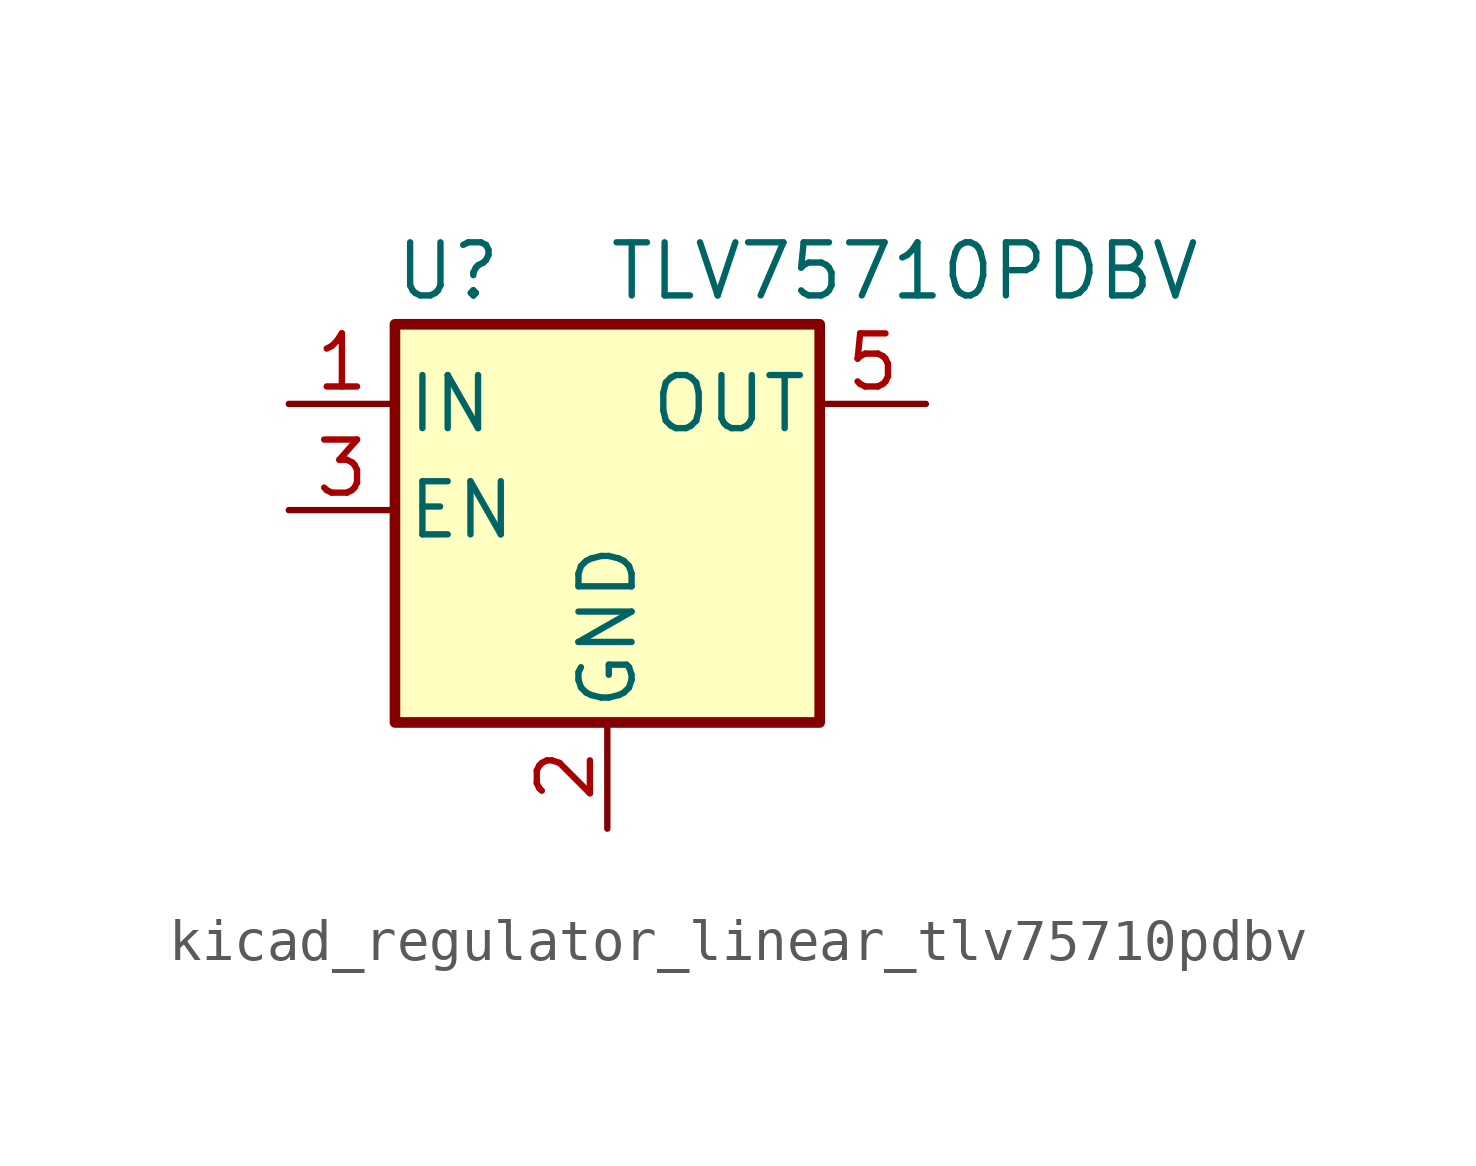
<source format=kicad_sym>
(kicad_symbol_lib
  (version 20220914)
  (generator kicad_symbol_editor)
  (symbol "kicad_regulator_linear_tlv75710pdbv"
    (pin_names
      (offset 0.254))
    (property "Reference" "U"
      (at -3.81 5.715 0)
      (effects (font (size 1.27 1.27))))
    (property "Value" "TLV75710PDBV"
      (at 0 5.715 0)
      (effects (font (size 1.27 1.27)) (justify left)))
    (symbol "kicad_regulator_linear_tlv75710pdbv_0_1"
      (rectangle (start -5.08 4.445) (end 5.08 -5.08) (stroke (width 0.254) (type default)) (fill (type background))))
    (symbol "kicad_regulator_linear_tlv75710pdbv_1_1"
      (pin power_in line (at -7.62 2.54 0) (length 2.54) (name "IN" (effects (font (size 1.27 1.27)))) (number "1" (effects (font (size 1.27 1.27)))))
      (pin power_in line (at 0 -7.62 90) (length 2.54) (name "GND" (effects (font (size 1.27 1.27)))) (number "2" (effects (font (size 1.27 1.27)))))
      (pin input line (at -7.62 0 0) (length 2.54) (name "EN" (effects (font (size 1.27 1.27)))) (number "3" (effects (font (size 1.27 1.27)))))
      (pin no_connect line (at 5.08 0 180) (length 2.54) hide (name "NC" (effects (font (size 1.27 1.27)))) (number "4" (effects (font (size 1.27 1.27)))))
      (pin power_out line (at 7.62 2.54 180) (length 2.54) (name "OUT" (effects (font (size 1.27 1.27)))) (number "5" (effects (font (size 1.27 1.27))))))))
</source>
